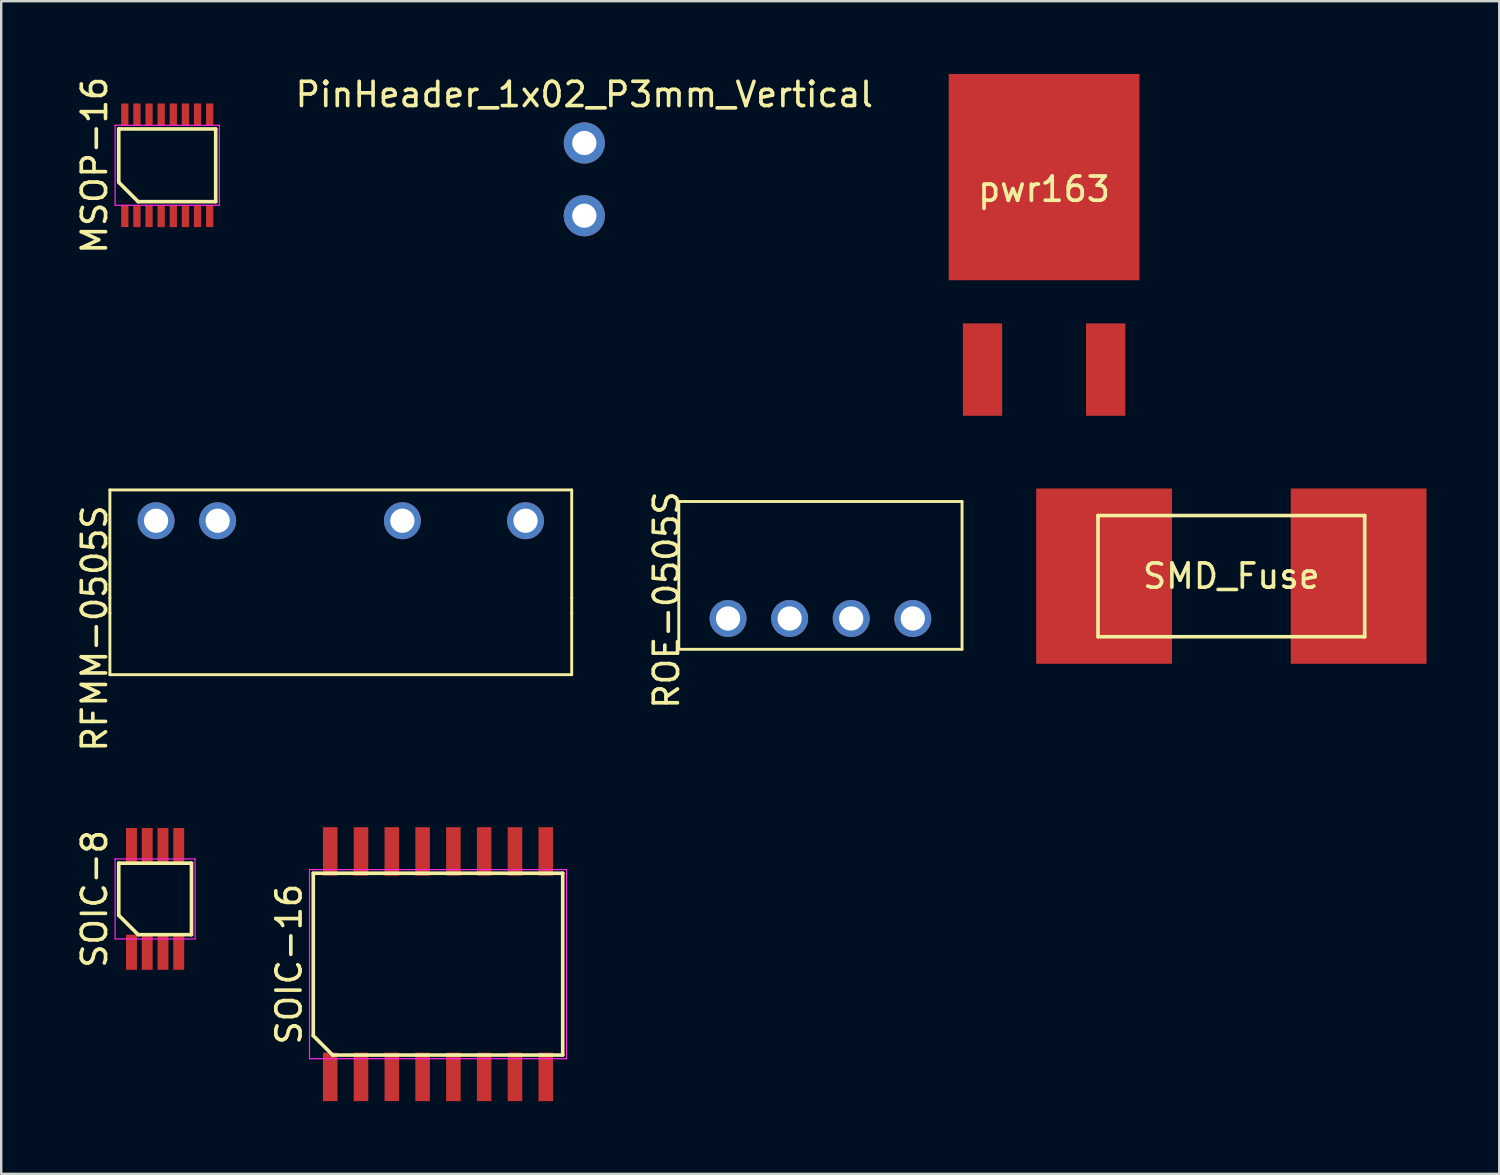
<source format=kicad_pcb>
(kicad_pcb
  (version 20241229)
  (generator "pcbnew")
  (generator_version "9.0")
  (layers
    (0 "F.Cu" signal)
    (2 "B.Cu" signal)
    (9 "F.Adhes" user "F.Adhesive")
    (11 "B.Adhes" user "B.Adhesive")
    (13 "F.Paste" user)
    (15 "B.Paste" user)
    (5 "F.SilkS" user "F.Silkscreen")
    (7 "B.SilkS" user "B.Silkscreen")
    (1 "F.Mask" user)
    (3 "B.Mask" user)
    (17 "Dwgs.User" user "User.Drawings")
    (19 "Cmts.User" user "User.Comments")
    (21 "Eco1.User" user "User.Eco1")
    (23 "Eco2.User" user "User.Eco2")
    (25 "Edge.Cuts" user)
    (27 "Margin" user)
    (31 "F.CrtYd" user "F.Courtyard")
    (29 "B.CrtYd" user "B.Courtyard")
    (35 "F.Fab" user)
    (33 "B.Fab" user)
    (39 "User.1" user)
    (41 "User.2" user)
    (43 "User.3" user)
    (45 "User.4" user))
  (footprint "PinHeader_1x02_P3mm_Vertical"
    (layer "F.Cu")
    (at 21.053 4.348)
    (property "Reference" "PinHeader_1x02_P3mm_Vertical" (at 0 -3.5 0) (layer "F.SilkS") (effects (font (size 1 1) (thickness 0.15))))
    (attr through_hole)
    (pad "1" thru_hole circle (at 0 -1.5) (size 1.7 1.7) (drill 1) (layers "*.Cu" "*.Mask"))
    (pad "2" thru_hole oval (at 0 1.5) (size 1.7 1.7) (drill 1) (layers "*.Cu" "*.Mask")))
  (footprint "ROE-0505S"
    (layer "F.Cu")
    (at 26.982 22.463)
    (property "Reference" "ROE-0505S" (at -2.54 -0.762 90) (layer "F.SilkS") (effects (font (size 1 1) (thickness 0.15))))
    (attr through_hole)
    (fp_line (start -2.032 -4.826) (end 9.652 -4.826) (stroke (width 0.12) (type solid)) (layer "F.SilkS"))
    (fp_line (start -2.032 1.27) (end -2.032 -4.826) (stroke (width 0.12) (type solid)) (layer "F.SilkS"))
    (fp_line (start 9.652 -4.826) (end 9.652 1.27) (stroke (width 0.12) (type solid)) (layer "F.SilkS"))
    (fp_line (start 9.652 1.27) (end -2.032 1.27) (stroke (width 0.12) (type solid)) (layer "F.SilkS"))
    (pad "1" thru_hole circle (at 0 0) (size 1.524 1.524) (drill 1) (layers "*.Cu" "*.Mask"))
    (pad "2" thru_hole circle (at 2.54 0) (size 1.524 1.524) (drill 1) (layers "*.Cu" "*.Mask"))
    (pad "5" thru_hole circle (at 5.08 0) (size 1.524 1.524) (drill 1) (layers "*.Cu" "*.Mask"))
    (pad "7" thru_hole circle (at 7.62 0) (size 1.524 1.524) (drill 1) (layers "*.Cu" "*.Mask")))
  (footprint "pwr163"
    (layer "F.Cu")
    (at 40.018 4.255)
    (property "Reference" "pwr163" (at 0 0.5 0) (layer "F.SilkS") (effects (font (size 1 1) (thickness 0.153))))
    (attr through_hole)
    (pad "1" smd rect (at -2.54 7.94) (size 1.62 3.81) (layers "F.Cu" "F.Mask" "F.Paste"))
    (pad "2" smd rect (at 2.54 7.94) (size 1.62 3.81) (layers "F.Cu" "F.Mask" "F.Paste"))
    (pad "3" smd rect (at 0 0 90) (size 8.51 7.87) (layers "F.Cu" "F.Mask" "F.Paste")))
  (footprint "MSOP-16"
    (layer "F.Cu")
    (at 3.848 3.768)
    (property "Reference" "MSOP-16" (at -3 0 90) (layer "F.SilkS") (effects (font (size 1 1) (thickness 0.15))))
    (attr smd)
    (fp_line (start -2 -1.5) (end 2 -1.5) (stroke (width 0.15) (type solid)) (layer "F.SilkS"))
    (fp_line (start -2 0.7) (end -2 -1.5) (stroke (width 0.15) (type solid)) (layer "F.SilkS"))
    (fp_line (start -1.2 1.5) (end -2 0.7) (stroke (width 0.15) (type solid)) (layer "F.SilkS"))
    (fp_line (start 2 -1.5) (end 2 1.5) (stroke (width 0.15) (type solid)) (layer "F.SilkS"))
    (fp_line (start 2 1.5) (end -1.2 1.5) (stroke (width 0.15) (type solid)) (layer "F.SilkS"))
    (fp_line (start -2.15 -1.65) (end 2.15 -1.65) (stroke (width 0.05) (type solid)) (layer "F.CrtYd"))
    (fp_line (start -2.15 1.65) (end -2.15 -1.65) (stroke (width 0.05) (type solid)) (layer "F.CrtYd"))
    (fp_line (start 2.15 -1.65) (end 2.15 1.65) (stroke (width 0.05) (type solid)) (layer "F.CrtYd"))
    (fp_line (start 2.15 1.65) (end -2.15 1.65) (stroke (width 0.05) (type solid)) (layer "F.CrtYd"))
    (pad "1" smd rect (at -1.75 2.1) (size 0.3 0.9) (layers "F.Cu" "F.Mask" "F.Paste"))
    (pad "2" smd rect (at -1.25 2.1) (size 0.3 0.9) (layers "F.Cu" "F.Mask" "F.Paste"))
    (pad "3" smd rect (at -0.75 2.1) (size 0.3 0.9) (layers "F.Cu" "F.Mask" "F.Paste"))
    (pad "4" smd rect (at -0.25 2.1) (size 0.3 0.9) (layers "F.Cu" "F.Mask" "F.Paste"))
    (pad "5" smd rect (at 0.25 2.1) (size 0.3 0.9) (layers "F.Cu" "F.Mask" "F.Paste"))
    (pad "6" smd rect (at 0.75 2.1) (size 0.3 0.9) (layers "F.Cu" "F.Mask" "F.Paste"))
    (pad "7" smd rect (at 1.25 2.1) (size 0.3 0.9) (layers "F.Cu" "F.Mask" "F.Paste"))
    (pad "8" smd rect (at 1.75 2.1) (size 0.3 0.9) (layers "F.Cu" "F.Mask" "F.Paste"))
    (pad "9" smd rect (at 1.75 -2.1) (size 0.3 0.9) (layers "F.Cu" "F.Mask" "F.Paste"))
    (pad "10" smd rect (at 1.25 -2.1) (size 0.3 0.9) (layers "F.Cu" "F.Mask" "F.Paste"))
    (pad "11" smd rect (at 0.75 -2.1) (size 0.3 0.9) (layers "F.Cu" "F.Mask" "F.Paste"))
    (pad "12" smd rect (at 0.25 -2.1) (size 0.3 0.9) (layers "F.Cu" "F.Mask" "F.Paste"))
    (pad "13" smd rect (at -0.25 -2.1) (size 0.3 0.9) (layers "F.Cu" "F.Mask" "F.Paste"))
    (pad "14" smd rect (at -0.75 -2.1) (size 0.3 0.9) (layers "F.Cu" "F.Mask" "F.Paste"))
    (pad "15" smd rect (at -1.25 -2.1) (size 0.3 0.9) (layers "F.Cu" "F.Mask" "F.Paste"))
    (pad "16" smd rect (at -1.75 -2.1) (size 0.3 0.9) (layers "F.Cu" "F.Mask" "F.Paste")))
  (footprint "SOIC-16"
    (layer "F.Cu")
    (at 15.017 36.721)
    (property "Reference" "SOIC-16" (at -6.145 0 90) (layer "F.SilkS") (effects (font (size 1 1) (thickness 0.15))))
    (attr smd)
    (fp_line (start -5.145 -3.75) (end 5.145 -3.75) (stroke (width 0.15) (type solid)) (layer "F.SilkS"))
    (fp_line (start -5.145 2.95) (end -5.145 -3.75) (stroke (width 0.15) (type solid)) (layer "F.SilkS"))
    (fp_line (start -4.345 3.75) (end -5.145 2.95) (stroke (width 0.15) (type solid)) (layer "F.SilkS"))
    (fp_line (start 5.145 -3.75) (end 5.145 3.75) (stroke (width 0.15) (type solid)) (layer "F.SilkS"))
    (fp_line (start 5.145 3.75) (end -4.345 3.75) (stroke (width 0.15) (type solid)) (layer "F.SilkS"))
    (fp_line (start -5.3 -3.9) (end 5.3 -3.9) (stroke (width 0.05) (type solid)) (layer "F.CrtYd"))
    (fp_line (start -5.3 3.9) (end -5.3 -3.9) (stroke (width 0.05) (type solid)) (layer "F.CrtYd"))
    (fp_line (start 5.3 -3.9) (end 5.3 3.9) (stroke (width 0.05) (type solid)) (layer "F.CrtYd"))
    (fp_line (start 5.3 3.9) (end -5.3 3.9) (stroke (width 0.05) (type solid)) (layer "F.CrtYd"))
    (pad "1" smd rect (at -4.445 4.65) (size 0.6 2) (layers "F.Cu" "F.Mask" "F.Paste"))
    (pad "2" smd rect (at -3.175 4.65) (size 0.6 2) (layers "F.Cu" "F.Mask" "F.Paste"))
    (pad "3" smd rect (at -1.905 4.65) (size 0.6 2) (layers "F.Cu" "F.Mask" "F.Paste"))
    (pad "4" smd rect (at -0.635 4.65) (size 0.6 2) (layers "F.Cu" "F.Mask" "F.Paste"))
    (pad "5" smd rect (at 0.635 4.65) (size 0.6 2) (layers "F.Cu" "F.Mask" "F.Paste"))
    (pad "6" smd rect (at 1.905 4.65) (size 0.6 2) (layers "F.Cu" "F.Mask" "F.Paste"))
    (pad "7" smd rect (at 3.175 4.65) (size 0.6 2) (layers "F.Cu" "F.Mask" "F.Paste"))
    (pad "8" smd rect (at 4.445 4.65) (size 0.6 2) (layers "F.Cu" "F.Mask" "F.Paste"))
    (pad "9" smd rect (at 4.445 -4.65) (size 0.6 2) (layers "F.Cu" "F.Mask" "F.Paste"))
    (pad "10" smd rect (at 3.175 -4.65) (size 0.6 2) (layers "F.Cu" "F.Mask" "F.Paste"))
    (pad "11" smd rect (at 1.905 -4.65) (size 0.6 2) (layers "F.Cu" "F.Mask" "F.Paste"))
    (pad "12" smd rect (at 0.635 -4.65) (size 0.6 2) (layers "F.Cu" "F.Mask" "F.Paste"))
    (pad "13" smd rect (at -0.635 -4.65) (size 0.6 2) (layers "F.Cu" "F.Mask" "F.Paste"))
    (pad "14" smd rect (at -1.905 -4.65) (size 0.6 2) (layers "F.Cu" "F.Mask" "F.Paste"))
    (pad "15" smd rect (at -3.175 -4.65) (size 0.6 2) (layers "F.Cu" "F.Mask" "F.Paste"))
    (pad "16" smd rect (at -4.445 -4.65) (size 0.6 2) (layers "F.Cu" "F.Mask" "F.Paste")))
  (footprint "RFMM-0505S"
    (layer "F.Cu")
    (at 3.388 18.43)
    (property "Reference" "RFMM-0505S" (at -2.54 4.445 90) (layer "F.SilkS") (effects (font (size 1 1) (thickness 0.15))))
    (attr through_hole)
    (fp_line (start -1.905 -1.27) (end -1.905 3.175) (stroke (width 0.12) (type solid)) (layer "F.SilkS"))
    (fp_line (start -1.905 3.81) (end -1.905 3.175) (stroke (width 0.12) (type solid)) (layer "F.SilkS"))
    (fp_line (start -1.905 6.35) (end -1.905 3.81) (stroke (width 0.12) (type solid)) (layer "F.SilkS"))
    (fp_line (start -1.905 6.35) (end 17.145 6.35) (stroke (width 0.12) (type solid)) (layer "F.SilkS"))
    (fp_line (start 17.145 -1.27) (end -1.905 -1.27) (stroke (width 0.12) (type solid)) (layer "F.SilkS"))
    (fp_line (start 17.145 3.175) (end 17.145 -1.27) (stroke (width 0.12) (type solid)) (layer "F.SilkS"))
    (fp_line (start 17.145 3.175) (end 17.145 3.81) (stroke (width 0.12) (type solid)) (layer "F.SilkS"))
    (fp_line (start 17.145 3.81) (end 17.145 6.35) (stroke (width 0.12) (type solid)) (layer "F.SilkS"))
    (pad "1" thru_hole circle (at 0 0) (size 1.524 1.524) (drill 1) (layers "*.Cu" "*.Mask"))
    (pad "2" thru_hole circle (at 2.54 0) (size 1.524 1.524) (drill 1) (layers "*.Cu" "*.Mask"))
    (pad "5" thru_hole circle (at 10.16 0) (size 1.524 1.524) (drill 1) (layers "*.Cu" "*.Mask"))
    (pad "7" thru_hole circle (at 15.24 0) (size 1.524 1.524) (drill 1) (layers "*.Cu" "*.Mask")))
  (footprint "SOIC-8"
    (layer "F.Cu")
    (at 3.348 34.03)
    (property "Reference" "SOIC-8" (at -2.5 0 90) (layer "F.SilkS") (effects (font (size 1 1) (thickness 0.15))))
    (attr smd)
    (fp_line (start -1.5 -1.475) (end 1.5 -1.475) (stroke (width 0.15) (type solid)) (layer "F.SilkS"))
    (fp_line (start -1.5 0.675) (end -1.5 -1.475) (stroke (width 0.15) (type solid)) (layer "F.SilkS"))
    (fp_line (start -0.7 1.475) (end -1.5 0.675) (stroke (width 0.15) (type solid)) (layer "F.SilkS"))
    (fp_line (start 1.5 -1.475) (end 1.5 1.475) (stroke (width 0.15) (type solid)) (layer "F.SilkS"))
    (fp_line (start 1.5 1.475) (end -0.7 1.475) (stroke (width 0.15) (type solid)) (layer "F.SilkS"))
    (fp_line (start -1.65 -1.65) (end 1.65 -1.65) (stroke (width 0.05) (type solid)) (layer "F.CrtYd"))
    (fp_line (start -1.65 1.65) (end -1.65 -1.65) (stroke (width 0.05) (type solid)) (layer "F.CrtYd"))
    (fp_line (start 1.65 -1.65) (end 1.65 1.65) (stroke (width 0.05) (type solid)) (layer "F.CrtYd"))
    (fp_line (start 1.65 1.65) (end -1.65 1.65) (stroke (width 0.05) (type solid)) (layer "F.CrtYd"))
    (pad "1" smd rect (at -0.975 2.2) (size 0.45 1.45) (layers "F.Cu" "F.Mask" "F.Paste"))
    (pad "2" smd rect (at -0.325 2.2) (size 0.45 1.45) (layers "F.Cu" "F.Mask" "F.Paste"))
    (pad "3" smd rect (at 0.325 2.2) (size 0.45 1.45) (layers "F.Cu" "F.Mask" "F.Paste"))
    (pad "4" smd rect (at 0.975 2.2) (size 0.45 1.45) (layers "F.Cu" "F.Mask" "F.Paste"))
    (pad "5" smd rect (at 0.975 -2.2) (size 0.45 1.45) (layers "F.Cu" "F.Mask" "F.Paste"))
    (pad "6" smd rect (at 0.325 -2.2) (size 0.45 1.45) (layers "F.Cu" "F.Mask" "F.Paste"))
    (pad "7" smd rect (at -0.325 -2.2) (size 0.45 1.45) (layers "F.Cu" "F.Mask" "F.Paste"))
    (pad "8" smd rect (at -0.975 -2.2) (size 0.45 1.45) (layers "F.Cu" "F.Mask" "F.Paste")))
  (footprint "SMD_Fuse"
    (layer "F.Cu")
    (at 47.743 20.715)
    (property "Reference" "SMD_Fuse" (at 0 0 0) (layer "F.SilkS") (effects (font (size 1 1) (thickness 0.15))))
    (attr smd)
    (fp_line (start -5.5 -2.5) (end -5.5 2.5) (stroke (width 0.15) (type solid)) (layer "F.SilkS"))
    (fp_line (start -5.5 2.5) (end 5.5 2.5) (stroke (width 0.15) (type solid)) (layer "F.SilkS"))
    (fp_line (start 5.5 -2.5) (end -5.5 -2.5) (stroke (width 0.15) (type solid)) (layer "F.SilkS"))
    (fp_line (start 5.5 2.5) (end 5.5 -2.5) (stroke (width 0.15) (type solid)) (layer "F.SilkS"))
    (pad "1" smd rect (at -5.25 0) (size 5.6 7.23) (layers "F.Cu" "F.Mask" "F.Paste"))
    (pad "2" smd rect (at 5.25 0) (size 5.6 7.23) (layers "F.Cu" "F.Mask" "F.Paste")))
  (gr_rect
    (start -3 -3)
    (end 58.794 45.371)
    (stroke (width 0.1) (type default))
    (fill no)
    (layer "Edge.Cuts")))
</source>
